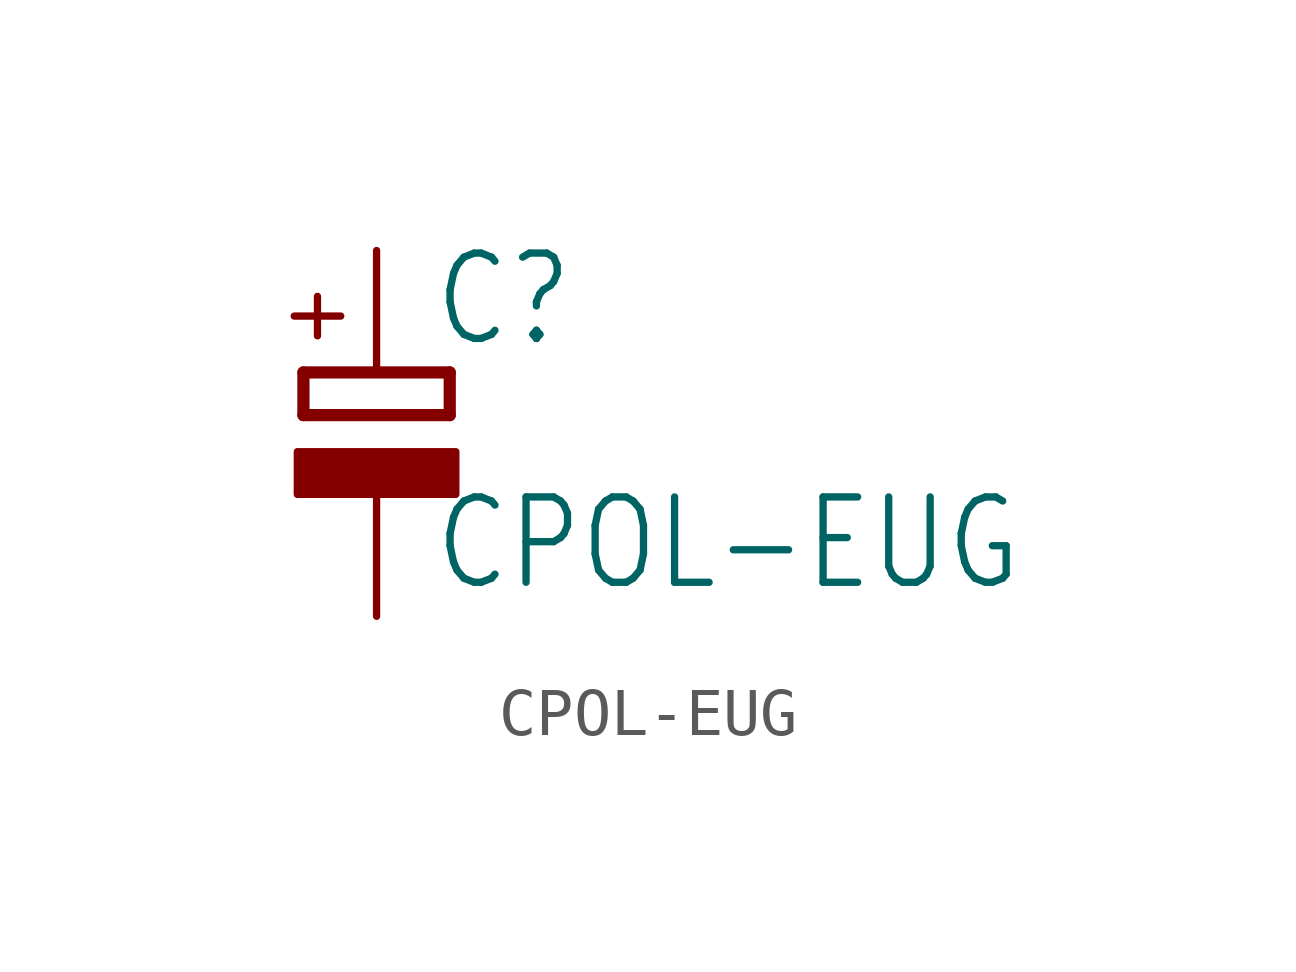
<source format=kicad_sym>
(kicad_symbol_lib
  (version 20211014)
  (generator kicad_symbol_editor)
  (symbol "CPOL-EUG"
    (property "Reference" "C"
      (at 1.143 0.483 0)
      (effects (font (size 1.778 1.511)) (justify left bottom)))
    (property "Value" "CPOL-EUG"
      (at 1.143 -4.597 0)
      (effects (font (size 1.778 1.511)) (justify left bottom)))
    (property "ki_locked" ""
      (at 0 0 0)
      (effects (font (size 1.27 1.27))))
    (symbol "CPOL-EUG_1_0"
      (rectangle (start -1.651 -2.54) (end 1.651 -1.651) (stroke (width 0) (type default) (color 0 0 0 0)) (fill (type outline)))
      (polyline (pts (xy -1.524 -0.889) (xy 1.524 -0.889)) (stroke (width 0.254) (type default) (color 0 0 0 0)) (fill (type none)))
      (polyline (pts (xy -1.524 0) (xy -1.524 -0.889)) (stroke (width 0.254) (type default) (color 0 0 0 0)) (fill (type none)))
      (polyline (pts (xy -1.524 0) (xy 1.524 0)) (stroke (width 0.254) (type default) (color 0 0 0 0)) (fill (type none)))
      (polyline (pts (xy 1.524 -0.889) (xy 1.524 0)) (stroke (width 0.254) (type default) (color 0 0 0 0)) (fill (type none)))
      (text "+" (at -0.584 0.406 900) (effects (font (size 1.27 1.079)) (justify left bottom)))
      (pin passive line (at 0 2.54 270) (length 2.54) (name "+" (effects (font (size 0 0)))) (number "+" (effects (font (size 0 0)))))
      (pin passive line (at 0 -5.08 90) (length 2.54) (name "-" (effects (font (size 0 0)))) (number "-" (effects (font (size 0 0))))))))
</source>
